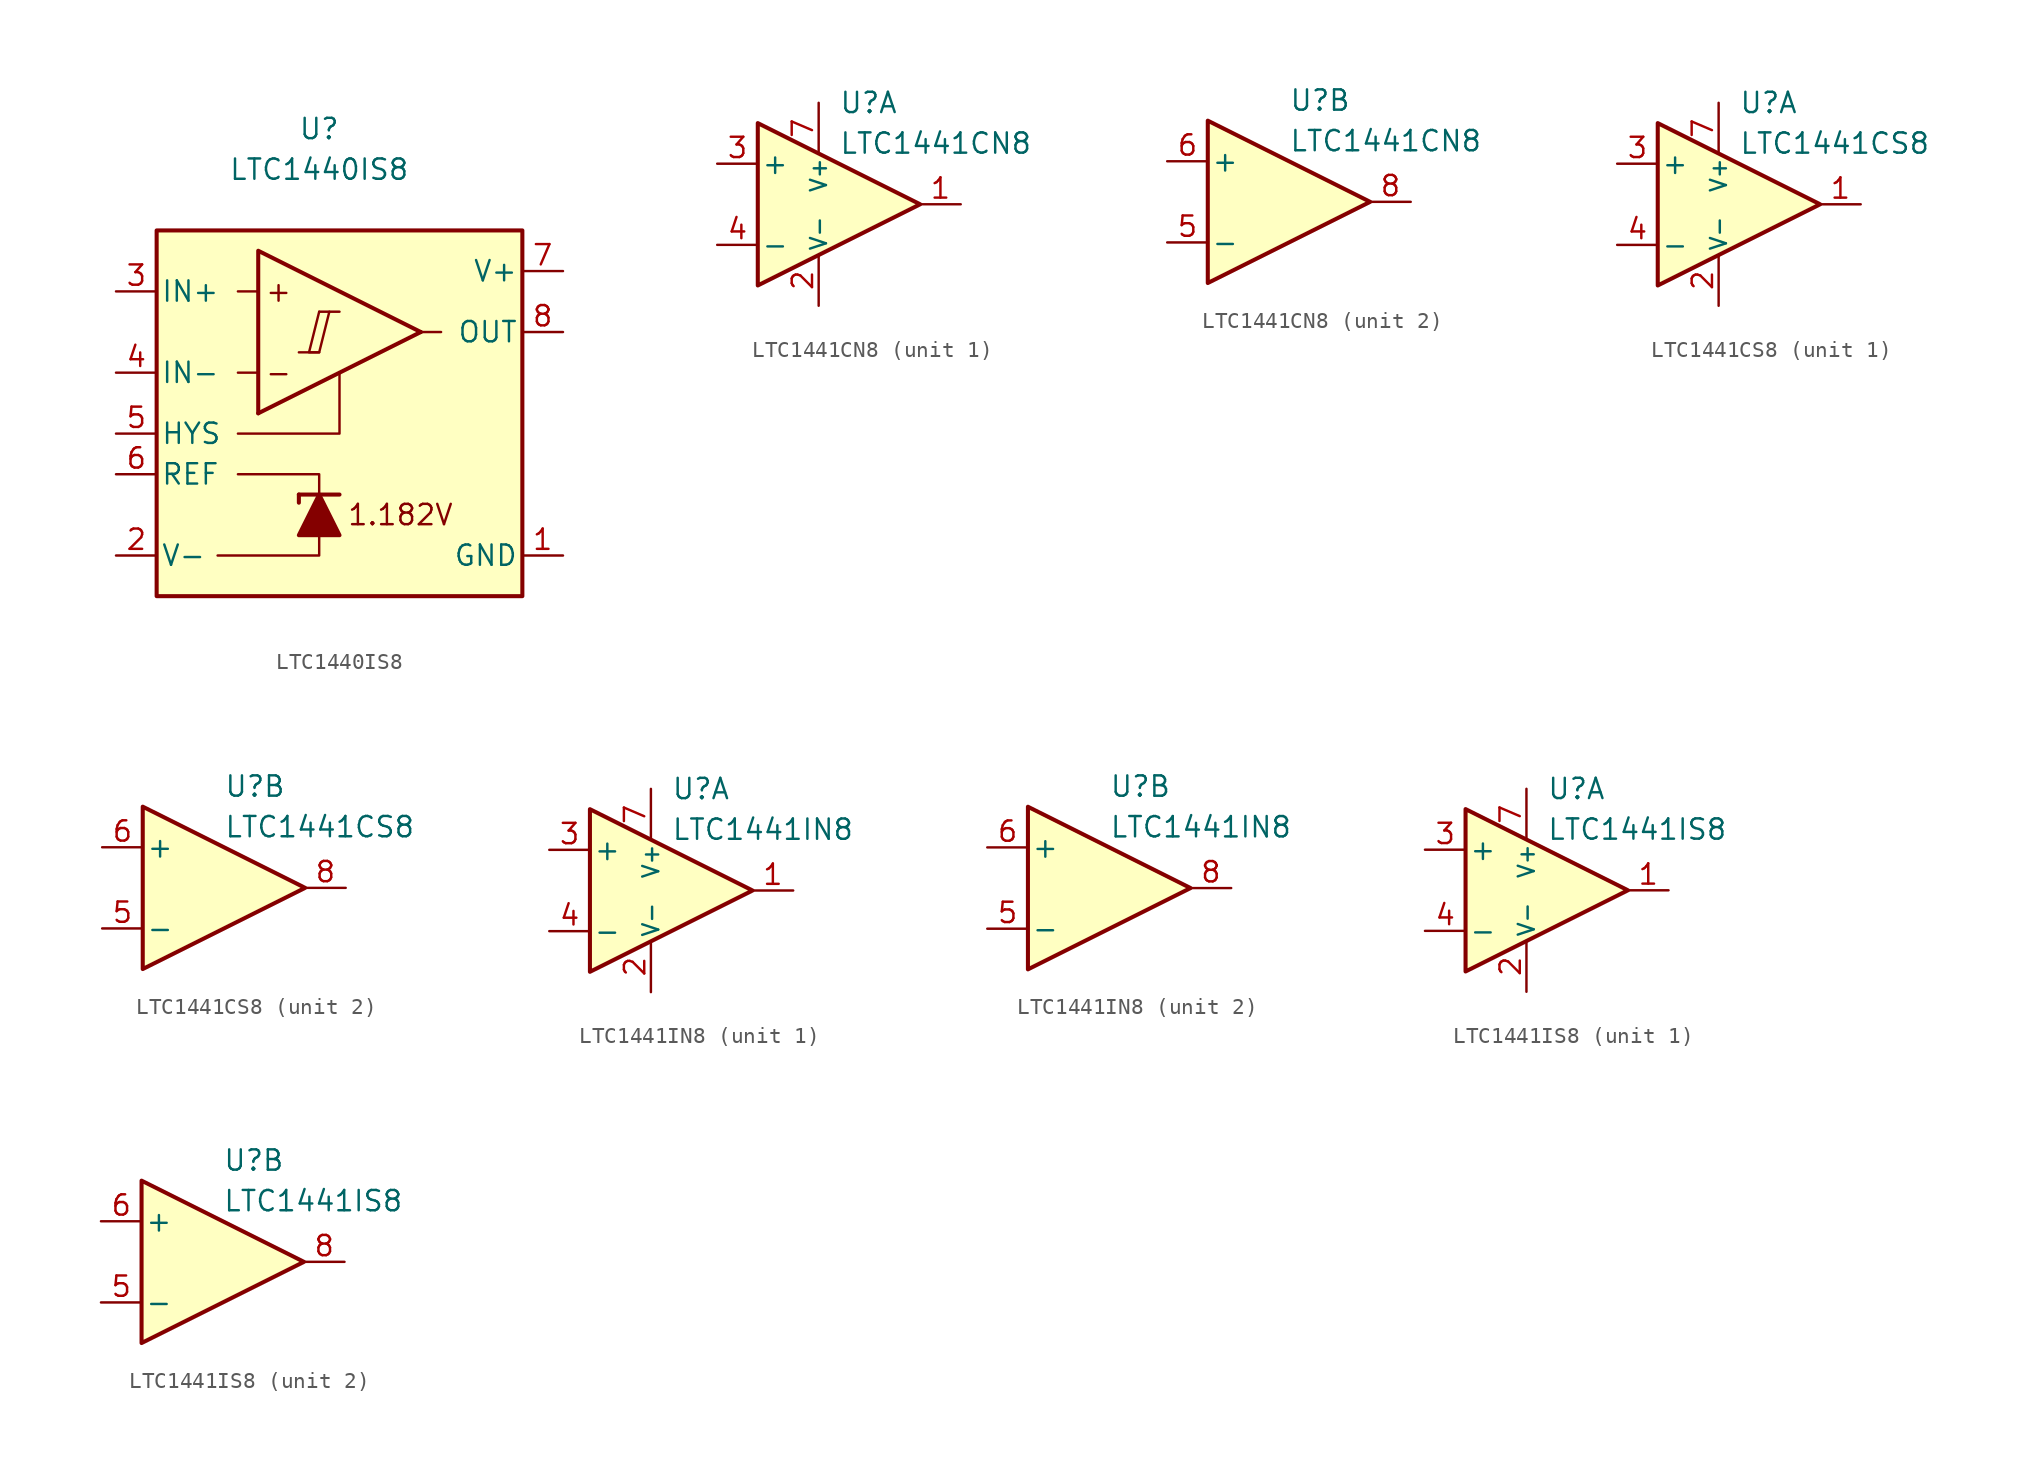
<source format=kicad_sym>
(kicad_symbol_lib
  (version 20211014)
  (generator kicad_symbol_editor)
  (symbol "LTC1440IS8"
    (pin_names
      (offset 0.254))
    (property "Reference" "U"
      (at 0 16.51 0)
      (effects (font (size 1.27 1.27))))
    (property "Value" "LTC1440IS8"
      (at 0 13.97 0)
      (effects (font (size 1.27 1.27))))
    (symbol "LTC1440IS8_0_0"
      (polyline (pts (xy -1.27 2.54) (xy 0 2.54)) (stroke (width 0.152) (type default) (color 0 0 0 0)) (fill (type none)))
      (polyline (pts (xy 0 5.08) (xy 1.27 5.08)) (stroke (width 0.152) (type default) (color 0 0 0 0)) (fill (type none)))
      (polyline (pts (xy 6.35 3.81) (xy -3.81 -1.27)) (stroke (width 0.254) (type default) (color 0 0 0 0)) (fill (type none)))
      (polyline (pts (xy 6.35 3.81) (xy -3.81 8.89) (xy -3.81 -1.27)) (stroke (width 0.254) (type default) (color 0 0 0 0)) (fill (type background)))
      (polyline (pts (xy 0 5.08) (xy -0.635 2.54) (xy 0 2.54) (xy 0.635 5.08)) (stroke (width 0.152) (type default) (color 0 0 0 0)) (fill (type none)))
      (text "+" (at -2.54 6.35 0) (effects (font (size 1.27 1.27))))
      (text "-" (at -2.54 1.27 0) (effects (font (size 1.27 1.27)))))
    (symbol "LTC1440IS8_0_1"
      (polyline (pts (xy -3.81 1.27) (xy -5.08 1.27)) (stroke (width 0) (type default) (color 0 0 0 0)) (fill (type none)))
      (polyline (pts (xy -3.81 6.35) (xy -5.08 6.35)) (stroke (width 0) (type default) (color 0 0 0 0)) (fill (type none)))
      (polyline (pts (xy -1.27 -6.35) (xy -1.27 -6.858)) (stroke (width 0.254) (type default) (color 0 0 0 0)) (fill (type none)))
      (polyline (pts (xy -1.27 -6.35) (xy 1.27 -6.35)) (stroke (width 0.254) (type default) (color 0 0 0 0)) (fill (type none)))
      (polyline (pts (xy 6.35 3.81) (xy 7.62 3.81)) (stroke (width 0) (type default) (color 0 0 0 0)) (fill (type none)))
      (polyline (pts (xy 0 -8.89) (xy 0 -10.16) (xy -6.35 -10.16)) (stroke (width 0) (type default) (color 0 0 0 0)) (fill (type none)))
      (polyline (pts (xy 0 -6.35) (xy 0 -5.08) (xy -5.08 -5.08)) (stroke (width 0) (type default) (color 0 0 0 0)) (fill (type none)))
      (polyline (pts (xy 1.27 1.27) (xy 1.27 -2.54) (xy -5.08 -2.54)) (stroke (width 0) (type default) (color 0 0 0 0)) (fill (type none)))
      (polyline (pts (xy 1.27 -8.89) (xy -1.27 -8.89) (xy 0 -6.35) (xy 1.27 -8.89)) (stroke (width 0.254) (type default) (color 0 0 0 0)) (fill (type outline)))
      (rectangle (start 12.7 10.16) (end -10.16 -12.7) (stroke (width 0.254) (type default) (color 0 0 0 0)) (fill (type background))))
    (symbol "LTC1440IS8_1_0"
      (text "1.182V" (at 5.08 -7.62 0) (effects (font (size 1.27 1.27)))))
    (symbol "LTC1440IS8_1_1"
      (pin power_in line (at 15.24 -10.16 180) (length 2.54) (name "GND" (effects (font (size 1.27 1.27)))) (number "1" (effects (font (size 1.27 1.27)))))
      (pin power_in line (at -12.7 -10.16 0) (length 2.54) (name "V-" (effects (font (size 1.27 1.27)))) (number "2" (effects (font (size 1.27 1.27)))))
      (pin input line (at -12.7 6.35 0) (length 2.54) (name "IN+" (effects (font (size 1.27 1.27)))) (number "3" (effects (font (size 1.27 1.27)))))
      (pin input line (at -12.7 1.27 0) (length 2.54) (name "IN-" (effects (font (size 1.27 1.27)))) (number "4" (effects (font (size 1.27 1.27)))))
      (pin input line (at -12.7 -2.54 0) (length 2.54) (name "HYS" (effects (font (size 1.27 1.27)))) (number "5" (effects (font (size 1.27 1.27)))))
      (pin output line (at -12.7 -5.08 0) (length 2.54) (name "REF" (effects (font (size 1.27 1.27)))) (number "6" (effects (font (size 1.27 1.27)))))
      (pin power_in line (at 15.24 7.62 180) (length 2.54) (name "V+" (effects (font (size 1.27 1.27)))) (number "7" (effects (font (size 1.27 1.27)))))
      (pin output line (at 15.24 3.81 180) (length 2.54) (name "OUT" (effects (font (size 1.27 1.27)))) (number "8" (effects (font (size 1.27 1.27)))))))
  (symbol "LTC1441CN8"
    (pin_names
      (offset 0.2))
    (property "Reference" "U"
      (at 1.27 6.35 0)
      (effects (font (size 1.27 1.27)) (justify left)))
    (property "Value" "LTC1441CN8"
      (at 1.27 3.81 0)
      (effects (font (size 1.27 1.27)) (justify left)))
    (property "ki_locked" ""
      (at 0 0 0)
      (effects (font (size 1.27 1.27))))
    (symbol "LTC1441CN8_0_1"
      (polyline (pts (xy -3.81 5.08) (xy -3.81 -5.08) (xy 6.35 0) (xy -3.81 5.08)) (stroke (width 0.254) (type default) (color 0 0 0 0)) (fill (type background))))
    (symbol "LTC1441CN8_1_1"
      (pin output line (at 8.89 0 180) (length 2.54) (name "~" (effects (font (size 1.27 1.27)))) (number "1" (effects (font (size 1.27 1.27)))))
      (pin power_in line (at 0 -6.35 90) (length 3.18) (name "V-" (effects (font (size 1 1)))) (number "2" (effects (font (size 1.27 1.27)))))
      (pin input line (at -6.35 2.54 0) (length 2.54) (name "+" (effects (font (size 1.27 1.27)))) (number "3" (effects (font (size 1.27 1.27)))))
      (pin input line (at -6.35 -2.54 0) (length 2.54) (name "-" (effects (font (size 1.27 1.27)))) (number "4" (effects (font (size 1.27 1.27)))))
      (pin power_in line (at 0 6.35 270) (length 3.18) (name "V+" (effects (font (size 1 1)))) (number "7" (effects (font (size 1.27 1.27))))))
    (symbol "LTC1441CN8_2_1"
      (pin input line (at -6.35 -2.54 0) (length 2.54) (name "-" (effects (font (size 1.27 1.27)))) (number "5" (effects (font (size 1.27 1.27)))))
      (pin input line (at -6.35 2.54 0) (length 2.54) (name "+" (effects (font (size 1.27 1.27)))) (number "6" (effects (font (size 1.27 1.27)))))
      (pin output line (at 8.89 0 180) (length 2.54) (name "~" (effects (font (size 1.27 1.27)))) (number "8" (effects (font (size 1.27 1.27)))))))
  (symbol "LTC1441CS8"
    (pin_names
      (offset 0.2))
    (property "Reference" "U"
      (at 1.27 6.35 0)
      (effects (font (size 1.27 1.27)) (justify left)))
    (property "Value" "LTC1441CS8"
      (at 1.27 3.81 0)
      (effects (font (size 1.27 1.27)) (justify left)))
    (property "ki_locked" ""
      (at 0 0 0)
      (effects (font (size 1.27 1.27))))
    (symbol "LTC1441CS8_0_1"
      (polyline (pts (xy -3.81 5.08) (xy -3.81 -5.08) (xy 6.35 0) (xy -3.81 5.08)) (stroke (width 0.254) (type default) (color 0 0 0 0)) (fill (type background))))
    (symbol "LTC1441CS8_1_1"
      (pin output line (at 8.89 0 180) (length 2.54) (name "~" (effects (font (size 1.27 1.27)))) (number "1" (effects (font (size 1.27 1.27)))))
      (pin power_in line (at 0 -6.35 90) (length 3.18) (name "V-" (effects (font (size 1 1)))) (number "2" (effects (font (size 1.27 1.27)))))
      (pin input line (at -6.35 2.54 0) (length 2.54) (name "+" (effects (font (size 1.27 1.27)))) (number "3" (effects (font (size 1.27 1.27)))))
      (pin input line (at -6.35 -2.54 0) (length 2.54) (name "-" (effects (font (size 1.27 1.27)))) (number "4" (effects (font (size 1.27 1.27)))))
      (pin power_in line (at 0 6.35 270) (length 3.18) (name "V+" (effects (font (size 1 1)))) (number "7" (effects (font (size 1.27 1.27))))))
    (symbol "LTC1441CS8_2_1"
      (pin input line (at -6.35 -2.54 0) (length 2.54) (name "-" (effects (font (size 1.27 1.27)))) (number "5" (effects (font (size 1.27 1.27)))))
      (pin input line (at -6.35 2.54 0) (length 2.54) (name "+" (effects (font (size 1.27 1.27)))) (number "6" (effects (font (size 1.27 1.27)))))
      (pin output line (at 8.89 0 180) (length 2.54) (name "~" (effects (font (size 1.27 1.27)))) (number "8" (effects (font (size 1.27 1.27)))))))
  (symbol "LTC1441IN8"
    (pin_names
      (offset 0.2))
    (property "Reference" "U"
      (at 1.27 6.35 0)
      (effects (font (size 1.27 1.27)) (justify left)))
    (property "Value" "LTC1441IN8"
      (at 1.27 3.81 0)
      (effects (font (size 1.27 1.27)) (justify left)))
    (property "ki_locked" ""
      (at 0 0 0)
      (effects (font (size 1.27 1.27))))
    (symbol "LTC1441IN8_0_1"
      (polyline (pts (xy -3.81 5.08) (xy -3.81 -5.08) (xy 6.35 0) (xy -3.81 5.08)) (stroke (width 0.254) (type default) (color 0 0 0 0)) (fill (type background))))
    (symbol "LTC1441IN8_1_1"
      (pin output line (at 8.89 0 180) (length 2.54) (name "~" (effects (font (size 1.27 1.27)))) (number "1" (effects (font (size 1.27 1.27)))))
      (pin power_in line (at 0 -6.35 90) (length 3.18) (name "V-" (effects (font (size 1 1)))) (number "2" (effects (font (size 1.27 1.27)))))
      (pin input line (at -6.35 2.54 0) (length 2.54) (name "+" (effects (font (size 1.27 1.27)))) (number "3" (effects (font (size 1.27 1.27)))))
      (pin input line (at -6.35 -2.54 0) (length 2.54) (name "-" (effects (font (size 1.27 1.27)))) (number "4" (effects (font (size 1.27 1.27)))))
      (pin power_in line (at 0 6.35 270) (length 3.18) (name "V+" (effects (font (size 1 1)))) (number "7" (effects (font (size 1.27 1.27))))))
    (symbol "LTC1441IN8_2_1"
      (pin input line (at -6.35 -2.54 0) (length 2.54) (name "-" (effects (font (size 1.27 1.27)))) (number "5" (effects (font (size 1.27 1.27)))))
      (pin input line (at -6.35 2.54 0) (length 2.54) (name "+" (effects (font (size 1.27 1.27)))) (number "6" (effects (font (size 1.27 1.27)))))
      (pin output line (at 8.89 0 180) (length 2.54) (name "~" (effects (font (size 1.27 1.27)))) (number "8" (effects (font (size 1.27 1.27)))))))
  (symbol "LTC1441IS8"
    (pin_names
      (offset 0.2))
    (property "Reference" "U"
      (at 1.27 6.35 0)
      (effects (font (size 1.27 1.27)) (justify left)))
    (property "Value" "LTC1441IS8"
      (at 1.27 3.81 0)
      (effects (font (size 1.27 1.27)) (justify left)))
    (property "ki_locked" ""
      (at 0 0 0)
      (effects (font (size 1.27 1.27))))
    (symbol "LTC1441IS8_0_1"
      (polyline (pts (xy -3.81 5.08) (xy -3.81 -5.08) (xy 6.35 0) (xy -3.81 5.08)) (stroke (width 0.254) (type default) (color 0 0 0 0)) (fill (type background))))
    (symbol "LTC1441IS8_1_1"
      (pin output line (at 8.89 0 180) (length 2.54) (name "~" (effects (font (size 1.27 1.27)))) (number "1" (effects (font (size 1.27 1.27)))))
      (pin power_in line (at 0 -6.35 90) (length 3.18) (name "V-" (effects (font (size 1 1)))) (number "2" (effects (font (size 1.27 1.27)))))
      (pin input line (at -6.35 2.54 0) (length 2.54) (name "+" (effects (font (size 1.27 1.27)))) (number "3" (effects (font (size 1.27 1.27)))))
      (pin input line (at -6.35 -2.54 0) (length 2.54) (name "-" (effects (font (size 1.27 1.27)))) (number "4" (effects (font (size 1.27 1.27)))))
      (pin power_in line (at 0 6.35 270) (length 3.18) (name "V+" (effects (font (size 1 1)))) (number "7" (effects (font (size 1.27 1.27))))))
    (symbol "LTC1441IS8_2_1"
      (pin input line (at -6.35 -2.54 0) (length 2.54) (name "-" (effects (font (size 1.27 1.27)))) (number "5" (effects (font (size 1.27 1.27)))))
      (pin input line (at -6.35 2.54 0) (length 2.54) (name "+" (effects (font (size 1.27 1.27)))) (number "6" (effects (font (size 1.27 1.27)))))
      (pin output line (at 8.89 0 180) (length 2.54) (name "~" (effects (font (size 1.27 1.27)))) (number "8" (effects (font (size 1.27 1.27))))))))
</source>
